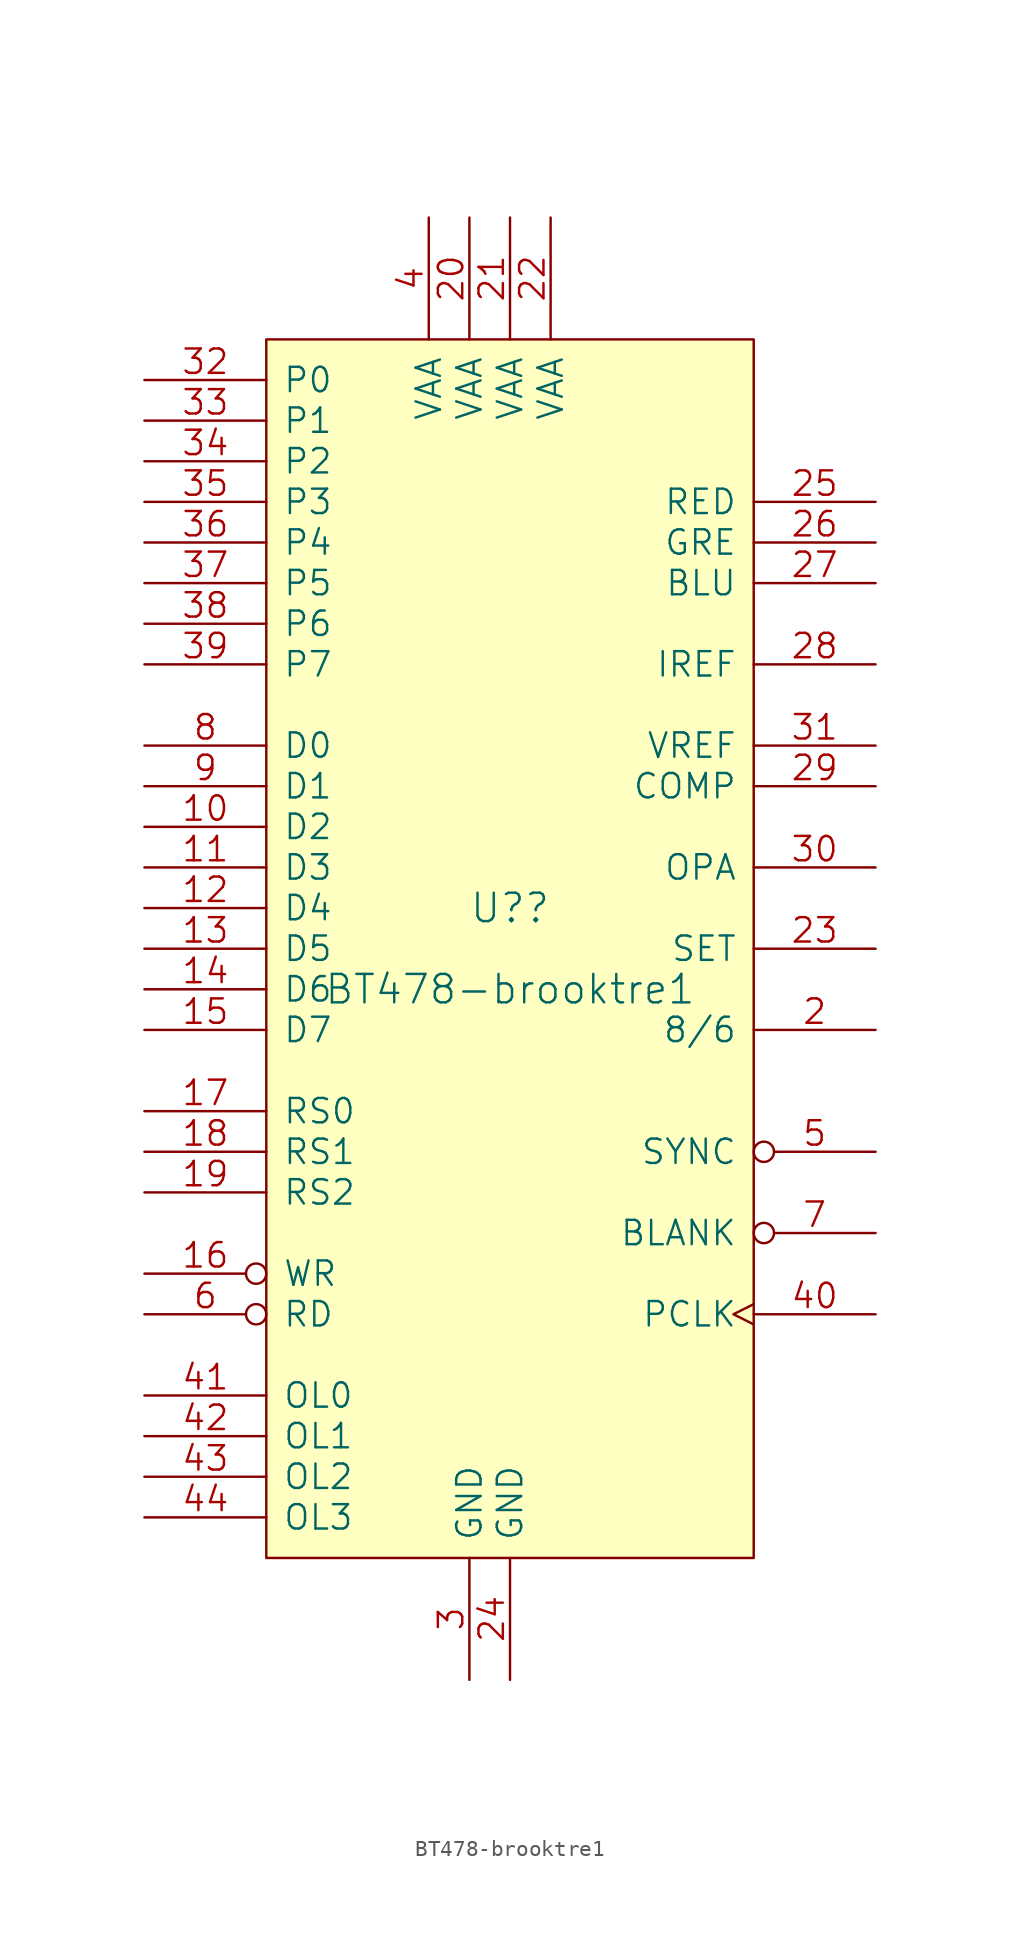
<source format=kicad_sym>
(kicad_symbol_lib
  (version 20211014)
  (generator kicad_symbol_editor)
  (symbol "BT478-brooktre1"
    (pin_names
      (offset 1.016))
    (property "Reference" "U?"
      (at 0 2.54 0)
      (effects (font (size 1.778 1.778))))
    (property "Value" "BT478-brooktre1"
      (at 0 -2.54 0)
      (effects (font (size 1.778 1.778))))
    (symbol "BT478-brooktre1_0_1"
      (rectangle (start -15.24 -38.1) (end 15.24 38.1) (stroke (width 0) (type default) (color 0 0 0 0)) (fill (type background))))
    (symbol "BT478-brooktre1_1_1"
      (pin no_connect line (at 17.78 -29.21 180) (length 2.54) hide (name "NC" (effects (font (size 1.27 1.27)))) (number "1" (effects (font (size 1.27 1.27)))))
      (pin input line (at -22.86 7.62 0) (length 7.62) (name "D2" (effects (font (size 1.524 1.524)))) (number "10" (effects (font (size 1.524 1.524)))))
      (pin input line (at -22.86 5.08 0) (length 7.62) (name "D3" (effects (font (size 1.524 1.524)))) (number "11" (effects (font (size 1.524 1.524)))))
      (pin input line (at -22.86 2.54 0) (length 7.62) (name "D4" (effects (font (size 1.524 1.524)))) (number "12" (effects (font (size 1.524 1.524)))))
      (pin input line (at -22.86 0 0) (length 7.62) (name "D5" (effects (font (size 1.524 1.524)))) (number "13" (effects (font (size 1.524 1.524)))))
      (pin input line (at -22.86 -2.54 0) (length 7.62) (name "D6" (effects (font (size 1.524 1.524)))) (number "14" (effects (font (size 1.524 1.524)))))
      (pin input line (at -22.86 -5.08 0) (length 7.62) (name "D7" (effects (font (size 1.524 1.524)))) (number "15" (effects (font (size 1.524 1.524)))))
      (pin input inverted (at -22.86 -20.32 0) (length 7.62) (name "WR" (effects (font (size 1.524 1.524)))) (number "16" (effects (font (size 1.524 1.524)))))
      (pin input line (at -22.86 -10.16 0) (length 7.62) (name "RS0" (effects (font (size 1.524 1.524)))) (number "17" (effects (font (size 1.524 1.524)))))
      (pin input line (at -22.86 -12.7 0) (length 7.62) (name "RS1" (effects (font (size 1.524 1.524)))) (number "18" (effects (font (size 1.524 1.524)))))
      (pin input line (at -22.86 -15.24 0) (length 7.62) (name "RS2" (effects (font (size 1.524 1.524)))) (number "19" (effects (font (size 1.524 1.524)))))
      (pin input line (at 22.86 -5.08 180) (length 7.62) (name "8/6" (effects (font (size 1.524 1.524)))) (number "2" (effects (font (size 1.524 1.524)))))
      (pin input line (at -2.54 45.72 270) (length 7.62) (name "VAA" (effects (font (size 1.524 1.524)))) (number "20" (effects (font (size 1.524 1.524)))))
      (pin input line (at 0 45.72 270) (length 7.62) (name "VAA" (effects (font (size 1.524 1.524)))) (number "21" (effects (font (size 1.524 1.524)))))
      (pin input line (at 2.54 45.72 270) (length 7.62) (name "VAA" (effects (font (size 1.524 1.524)))) (number "22" (effects (font (size 1.524 1.524)))))
      (pin input line (at 22.86 0 180) (length 7.62) (name "SET" (effects (font (size 1.524 1.524)))) (number "23" (effects (font (size 1.524 1.524)))))
      (pin input line (at 0 -45.72 90) (length 7.62) (name "GND" (effects (font (size 1.524 1.524)))) (number "24" (effects (font (size 1.524 1.524)))))
      (pin output line (at 22.86 27.94 180) (length 7.62) (name "RED" (effects (font (size 1.524 1.524)))) (number "25" (effects (font (size 1.524 1.524)))))
      (pin output line (at 22.86 25.4 180) (length 7.62) (name "GRE" (effects (font (size 1.524 1.524)))) (number "26" (effects (font (size 1.524 1.524)))))
      (pin output line (at 22.86 22.86 180) (length 7.62) (name "BLU" (effects (font (size 1.524 1.524)))) (number "27" (effects (font (size 1.524 1.524)))))
      (pin input line (at 22.86 17.78 180) (length 7.62) (name "IREF" (effects (font (size 1.524 1.524)))) (number "28" (effects (font (size 1.524 1.524)))))
      (pin input line (at 22.86 10.16 180) (length 7.62) (name "COMP" (effects (font (size 1.524 1.524)))) (number "29" (effects (font (size 1.524 1.524)))))
      (pin input line (at -2.54 -45.72 90) (length 7.62) (name "GND" (effects (font (size 1.524 1.524)))) (number "3" (effects (font (size 1.524 1.524)))))
      (pin output line (at 22.86 5.08 180) (length 7.62) (name "OPA" (effects (font (size 1.524 1.524)))) (number "30" (effects (font (size 1.524 1.524)))))
      (pin input line (at 22.86 12.7 180) (length 7.62) (name "VREF" (effects (font (size 1.524 1.524)))) (number "31" (effects (font (size 1.524 1.524)))))
      (pin input line (at -22.86 35.56 0) (length 7.62) (name "P0" (effects (font (size 1.524 1.524)))) (number "32" (effects (font (size 1.524 1.524)))))
      (pin input line (at -22.86 33.02 0) (length 7.62) (name "P1" (effects (font (size 1.524 1.524)))) (number "33" (effects (font (size 1.524 1.524)))))
      (pin input line (at -22.86 30.48 0) (length 7.62) (name "P2" (effects (font (size 1.524 1.524)))) (number "34" (effects (font (size 1.524 1.524)))))
      (pin input line (at -22.86 27.94 0) (length 7.62) (name "P3" (effects (font (size 1.524 1.524)))) (number "35" (effects (font (size 1.524 1.524)))))
      (pin input line (at -22.86 25.4 0) (length 7.62) (name "P4" (effects (font (size 1.524 1.524)))) (number "36" (effects (font (size 1.524 1.524)))))
      (pin input line (at -22.86 22.86 0) (length 7.62) (name "P5" (effects (font (size 1.524 1.524)))) (number "37" (effects (font (size 1.524 1.524)))))
      (pin input line (at -22.86 20.32 0) (length 7.62) (name "P6" (effects (font (size 1.524 1.524)))) (number "38" (effects (font (size 1.524 1.524)))))
      (pin input line (at -22.86 17.78 0) (length 7.62) (name "P7" (effects (font (size 1.524 1.524)))) (number "39" (effects (font (size 1.524 1.524)))))
      (pin input line (at -5.08 45.72 270) (length 7.62) (name "VAA" (effects (font (size 1.524 1.524)))) (number "4" (effects (font (size 1.524 1.524)))))
      (pin input clock (at 22.86 -22.86 180) (length 7.62) (name "PCLK" (effects (font (size 1.524 1.524)))) (number "40" (effects (font (size 1.524 1.524)))))
      (pin input line (at -22.86 -27.94 0) (length 7.62) (name "OL0" (effects (font (size 1.524 1.524)))) (number "41" (effects (font (size 1.524 1.524)))))
      (pin input line (at -22.86 -30.48 0) (length 7.62) (name "OL1" (effects (font (size 1.524 1.524)))) (number "42" (effects (font (size 1.524 1.524)))))
      (pin input line (at -22.86 -33.02 0) (length 7.62) (name "OL2" (effects (font (size 1.524 1.524)))) (number "43" (effects (font (size 1.524 1.524)))))
      (pin input line (at -22.86 -35.56 0) (length 7.62) (name "OL3" (effects (font (size 1.524 1.524)))) (number "44" (effects (font (size 1.524 1.524)))))
      (pin input inverted (at 22.86 -12.7 180) (length 7.62) (name "SYNC" (effects (font (size 1.524 1.524)))) (number "5" (effects (font (size 1.524 1.524)))))
      (pin input inverted (at -22.86 -22.86 0) (length 7.62) (name "RD" (effects (font (size 1.524 1.524)))) (number "6" (effects (font (size 1.524 1.524)))))
      (pin input inverted (at 22.86 -17.78 180) (length 7.62) (name "BLANK" (effects (font (size 1.524 1.524)))) (number "7" (effects (font (size 1.524 1.524)))))
      (pin input line (at -22.86 12.7 0) (length 7.62) (name "D0" (effects (font (size 1.524 1.524)))) (number "8" (effects (font (size 1.524 1.524)))))
      (pin input line (at -22.86 10.16 0) (length 7.62) (name "D1" (effects (font (size 1.524 1.524)))) (number "9" (effects (font (size 1.524 1.524))))))))
</source>
